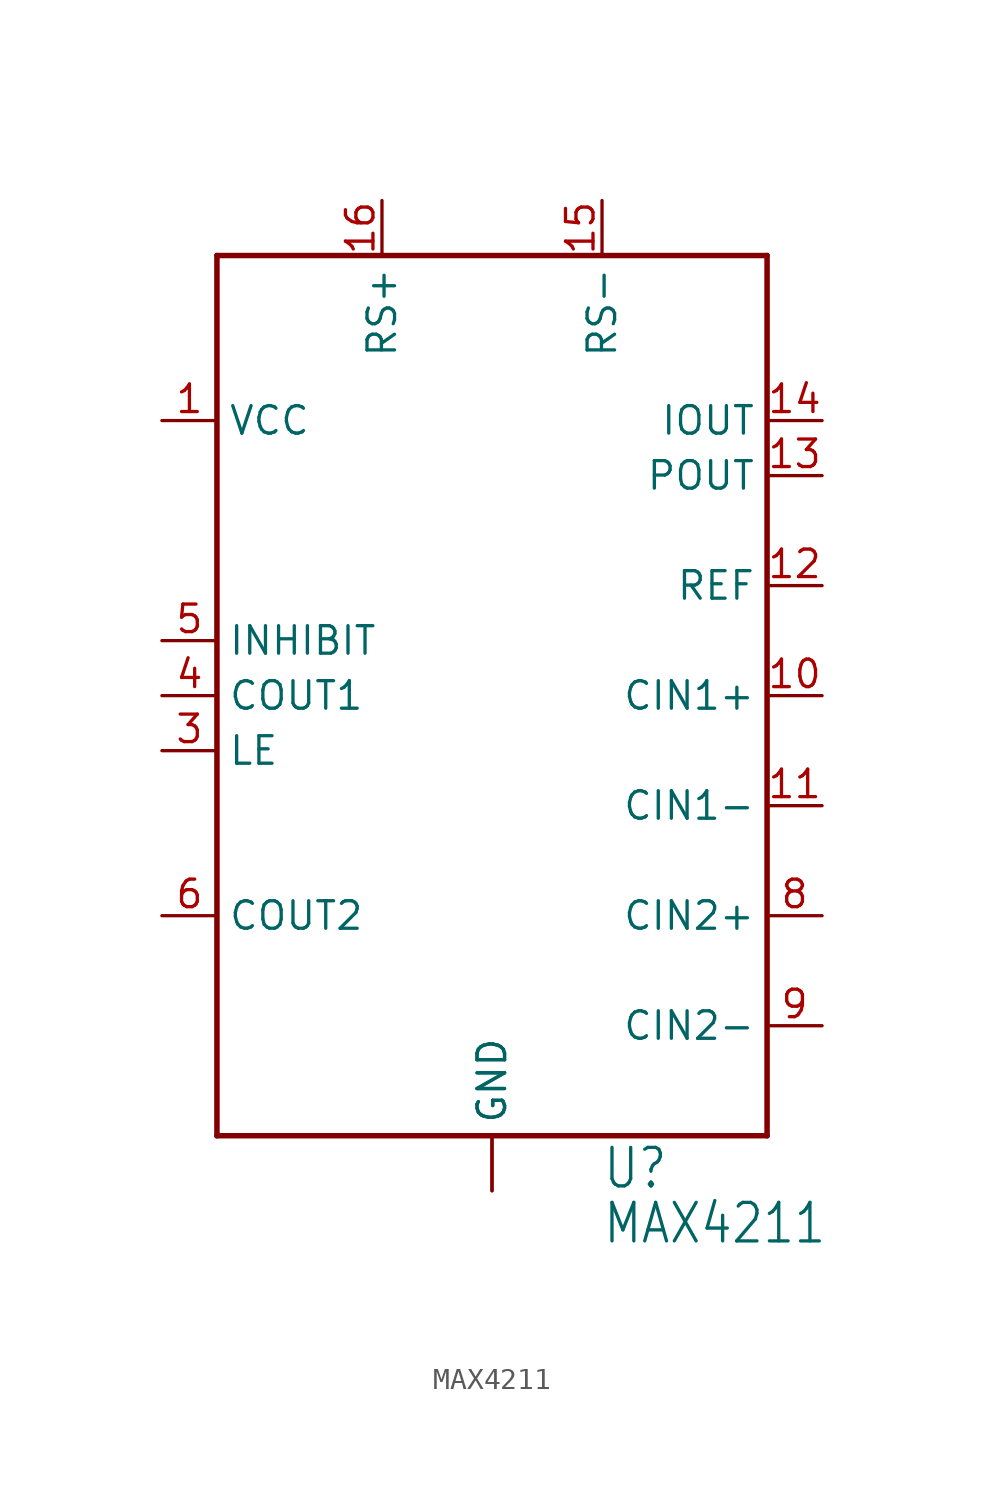
<source format=kicad_sym>
(kicad_symbol_lib
  (version 20220914)
  (generator kicad_symbol_editor)
  (symbol "MAX4211"
    (property "Reference" "U"
      (at 5.08 -25.4 0)
      (effects (font (size 1.778 1.511)) (justify left bottom)))
    (property "Value" "MAX4211"
      (at 5.08 -27.94 0)
      (effects (font (size 1.778 1.511)) (justify left bottom)))
    (property "ki_locked" ""
      (at 0 0 0)
      (effects (font (size 1.27 1.27))))
    (symbol "MAX4211_1_0"
      (polyline (pts (xy -12.7 -22.86) (xy -12.7 17.78)) (stroke (width 0.254) (type default)) (fill (type none)))
      (polyline (pts (xy -12.7 17.78) (xy 12.7 17.78)) (stroke (width 0.254) (type default)) (fill (type none)))
      (polyline (pts (xy 12.7 -22.86) (xy -12.7 -22.86)) (stroke (width 0.254) (type default)) (fill (type none)))
      (polyline (pts (xy 12.7 17.78) (xy 12.7 -22.86)) (stroke (width 0.254) (type default)) (fill (type none)))
      (pin power_in line (at -15.24 10.16 0) (length 2.54) (name "VCC" (effects (font (size 1.27 1.27)))) (number "1" (effects (font (size 1.27 1.27)))))
      (pin input line (at 15.24 -2.54 180) (length 2.54) (name "CIN1+" (effects (font (size 1.27 1.27)))) (number "10" (effects (font (size 1.27 1.27)))))
      (pin input line (at 15.24 -7.62 180) (length 2.54) (name "CIN1-" (effects (font (size 1.27 1.27)))) (number "11" (effects (font (size 1.27 1.27)))))
      (pin output line (at 15.24 2.54 180) (length 2.54) (name "REF" (effects (font (size 1.27 1.27)))) (number "12" (effects (font (size 1.27 1.27)))))
      (pin output line (at 15.24 7.62 180) (length 2.54) (name "POUT" (effects (font (size 1.27 1.27)))) (number "13" (effects (font (size 1.27 1.27)))))
      (pin output line (at 15.24 10.16 180) (length 2.54) (name "IOUT" (effects (font (size 1.27 1.27)))) (number "14" (effects (font (size 1.27 1.27)))))
      (pin passive line (at 5.08 20.32 270) (length 2.54) (name "RS-" (effects (font (size 1.27 1.27)))) (number "15" (effects (font (size 1.27 1.27)))))
      (pin passive line (at -5.08 20.32 270) (length 2.54) (name "RS+" (effects (font (size 1.27 1.27)))) (number "16" (effects (font (size 1.27 1.27)))))
      (pin input line (at -15.24 -5.08 0) (length 2.54) (name "LE" (effects (font (size 1.27 1.27)))) (number "3" (effects (font (size 1.27 1.27)))))
      (pin open_collector line (at -15.24 -2.54 0) (length 2.54) (name "COUT1" (effects (font (size 1.27 1.27)))) (number "4" (effects (font (size 1.27 1.27)))))
      (pin input line (at -15.24 0 0) (length 2.54) (name "INHIBIT" (effects (font (size 1.27 1.27)))) (number "5" (effects (font (size 1.27 1.27)))))
      (pin open_collector line (at -15.24 -12.7 0) (length 2.54) (name "COUT2" (effects (font (size 1.27 1.27)))) (number "6" (effects (font (size 1.27 1.27)))))
      (pin power_in line (at 0 -25.4 90) (length 2.54) (name "GND" (effects (font (size 1.27 1.27)))) (number "7" (effects (font (size 0 0)))))
      (pin input line (at 15.24 -12.7 180) (length 2.54) (name "CIN2+" (effects (font (size 1.27 1.27)))) (number "8" (effects (font (size 1.27 1.27)))))
      (pin input line (at 15.24 -17.78 180) (length 2.54) (name "CIN2-" (effects (font (size 1.27 1.27)))) (number "9" (effects (font (size 1.27 1.27)))))
      (pin power_in line (at 0 -25.4 90) (length 2.54) (name "GND" (effects (font (size 1.27 1.27)))) (number "EPAD" (effects (font (size 0 0))))))
    (symbol "MAX4211_1_1"
      (pin no_connect line (at -12.7 -17.78 0) (length 2.54) hide (name "NC" (effects (font (size 1.27 1.27)))) (number "2" (effects (font (size 1.27 1.27))))))))
</source>
